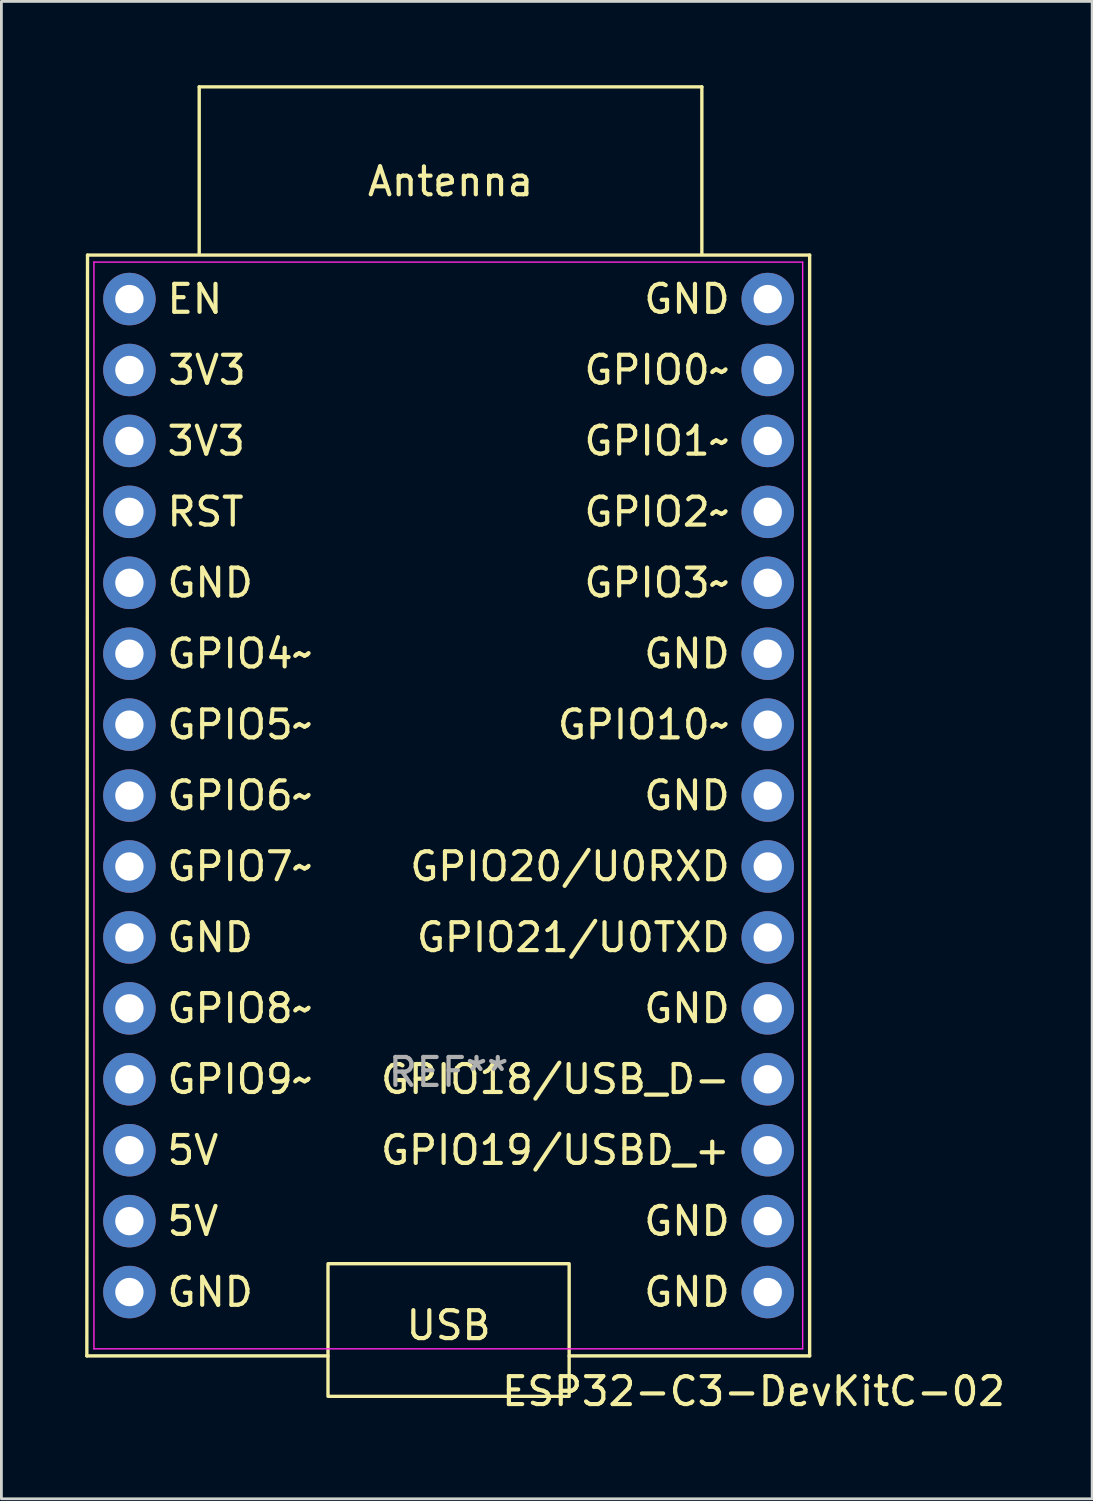
<source format=kicad_pcb>
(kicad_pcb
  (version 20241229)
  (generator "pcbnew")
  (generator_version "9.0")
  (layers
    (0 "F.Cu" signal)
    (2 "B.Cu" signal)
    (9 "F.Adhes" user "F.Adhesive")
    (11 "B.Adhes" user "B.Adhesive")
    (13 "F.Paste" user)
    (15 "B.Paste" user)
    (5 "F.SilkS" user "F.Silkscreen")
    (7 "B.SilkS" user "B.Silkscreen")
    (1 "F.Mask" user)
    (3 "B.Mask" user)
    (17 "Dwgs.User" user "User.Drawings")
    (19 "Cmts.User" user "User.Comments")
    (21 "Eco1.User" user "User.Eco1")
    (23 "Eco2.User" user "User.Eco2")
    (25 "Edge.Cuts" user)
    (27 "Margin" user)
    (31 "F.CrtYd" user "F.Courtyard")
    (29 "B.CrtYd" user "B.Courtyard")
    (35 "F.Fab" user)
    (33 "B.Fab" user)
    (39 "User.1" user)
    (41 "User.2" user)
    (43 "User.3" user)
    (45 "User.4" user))
  (footprint "ESP32-C3-DevKitC-02"
    (layer "F.Cu")
    (at 1.584 7.66)
    (property "Reference" "ESP32-C3-DevKitC-02" (at 22.352 39.116 0) (layer "F.SilkS") (effects (font (size 1 1) (thickness 0.15))))
    (attr through_hole)
    (fp_line (start -1.524 37.846) (end 7.112 37.846) (stroke (width 0.12) (type solid)) (layer "F.SilkS"))
    (fp_line (start -1.5 -1.575) (end -1.524 37.846) (stroke (width 0.12) (type solid)) (layer "F.SilkS"))
    (fp_line (start 2.5 -7.6) (end 20.5 -7.6) (stroke (width 0.12) (type default)) (layer "F.SilkS"))
    (fp_line (start 2.5 -1.6) (end 2.5 -7.6) (stroke (width 0.12) (type default)) (layer "F.SilkS"))
    (fp_line (start 20.5 -7.6) (end 20.5 -1.6) (stroke (width 0.12) (type default)) (layer "F.SilkS"))
    (fp_line (start 24.36 37.846) (end 15.748 37.846) (stroke (width 0.12) (type default)) (layer "F.SilkS"))
    (fp_line (start 24.36 37.846) (end 24.36 -1.575) (stroke (width 0.12) (type solid)) (layer "F.SilkS"))
    (fp_line (start 24.36 -1.575) (end -1.5 -1.575) (stroke (width 0.12) (type solid)) (layer "F.SilkS"))
    (fp_rect (start 7.112 34.544) (end 15.748 39.294) (stroke (width 0.12) (type solid)) (fill no) (layer "F.SilkS"))
    (fp_line (start -1.27 -1.325) (end 24.11 -1.325) (stroke (width 0.05) (type solid)) (layer "F.CrtYd"))
    (fp_line (start -1.27 37.592) (end -1.27 -1.325) (stroke (width 0.05) (type solid)) (layer "F.CrtYd"))
    (fp_line (start 24.11 -1.325) (end 24.11 37.592) (stroke (width 0.05) (type solid)) (layer "F.CrtYd"))
    (fp_line (start 24.11 37.592) (end -1.27 37.592) (stroke (width 0.05) (type solid)) (layer "F.CrtYd"))
    (fp_text user "Antenna" (at 11.5 -4.208 0) (unlocked yes) (layer "F.SilkS") (effects (font (size 1 1) (thickness 0.15))))
    (fp_text user "5V" (at 1.27 33.02 0) (unlocked yes) (layer "F.SilkS") (effects (font (size 1 1) (thickness 0.15)) (justify left)))
    (fp_text user "GPIO19/USBD_+" (at 21.59 30.48 0) (unlocked yes) (layer "F.SilkS") (effects (font (size 1 1) (thickness 0.15)) (justify right)))
    (fp_text user "GPIO18/USB_D-" (at 21.59 27.94 0) (unlocked yes) (layer "F.SilkS") (effects (font (size 1 1) (thickness 0.15)) (justify right)))
    (fp_text user "GND" (at 1.27 10.16 0) (unlocked yes) (layer "F.SilkS") (effects (font (size 1 1) (thickness 0.15)) (justify left)))
    (fp_text user "GPIO2~" (at 21.59 7.62 0) (unlocked yes) (layer "F.SilkS") (effects (font (size 1 1) (thickness 0.15)) (justify right)))
    (fp_text user "GND" (at 1.27 22.86 0) (unlocked yes) (layer "F.SilkS") (effects (font (size 1 1) (thickness 0.15)) (justify left)))
    (fp_text user "GPIO5~" (at 1.27 15.24 0) (unlocked yes) (layer "F.SilkS") (effects (font (size 1 1) (thickness 0.15)) (justify left)))
    (fp_text user "GND" (at 21.59 17.78 0) (unlocked yes) (layer "F.SilkS") (effects (font (size 1 1) (thickness 0.15)) (justify right)))
    (fp_text user "GND" (at 1.27 35.56 0) (unlocked yes) (layer "F.SilkS") (effects (font (size 1 1) (thickness 0.15)) (justify left)))
    (fp_text user "GND" (at 21.59 0 0) (unlocked yes) (layer "F.SilkS") (effects (font (size 1 1) (thickness 0.15)) (justify right)))
    (fp_text user "GPIO6~" (at 1.27 17.78 0) (unlocked yes) (layer "F.SilkS") (effects (font (size 1 1) (thickness 0.15)) (justify left)))
    (fp_text user "GPIO1~" (at 21.59 5.08 0) (unlocked yes) (layer "F.SilkS") (effects (font (size 1 1) (thickness 0.15)) (justify right)))
    (fp_text user "GPIO3~" (at 21.59 10.16 0) (unlocked yes) (layer "F.SilkS") (effects (font (size 1 1) (thickness 0.15)) (justify right)))
    (fp_text user "3V3" (at 1.3 2.54 0) (unlocked yes) (layer "F.SilkS") (effects (font (size 1 1) (thickness 0.15)) (justify left)))
    (fp_text user "RST" (at 1.27 7.62 0) (unlocked yes) (layer "F.SilkS") (effects (font (size 1 1) (thickness 0.15)) (justify left)))
    (fp_text user "GND" (at 21.59 12.7 0) (unlocked yes) (layer "F.SilkS") (effects (font (size 1 1) (thickness 0.15)) (justify right)))
    (fp_text user "GPIO0~" (at 21.59 2.54 0) (unlocked yes) (layer "F.SilkS") (effects (font (size 1 1) (thickness 0.15)) (justify right)))
    (fp_text user "GPIO8~" (at 1.27 25.4 0) (unlocked yes) (layer "F.SilkS") (effects (font (size 1 1) (thickness 0.15)) (justify left)))
    (fp_text user "GPIO20/U0RXD" (at 21.59 20.32 0) (unlocked yes) (layer "F.SilkS") (effects (font (size 1 1) (thickness 0.15)) (justify right)))
    (fp_text user "3V3" (at 1.27 5.08 0) (unlocked yes) (layer "F.SilkS") (effects (font (size 1 1) (thickness 0.15)) (justify left)))
    (fp_text user "GPIO7~" (at 1.27 20.32 0) (unlocked yes) (layer "F.SilkS") (effects (font (size 1 1) (thickness 0.15)) (justify left)))
    (fp_text user "GPIO21/U0TXD" (at 21.59 22.86 0) (unlocked yes) (layer "F.SilkS") (effects (font (size 1 1) (thickness 0.15)) (justify right)))
    (fp_text user "GPIO10~" (at 21.59 15.24 0) (unlocked yes) (layer "F.SilkS") (effects (font (size 1 1) (thickness 0.15)) (justify right)))
    (fp_text user "GND" (at 21.59 35.56 0) (unlocked yes) (layer "F.SilkS") (effects (font (size 1 1) (thickness 0.15)) (justify right)))
    (fp_text user "5V" (at 1.27 30.48 0) (unlocked yes) (layer "F.SilkS") (effects (font (size 1 1) (thickness 0.15)) (justify left)))
    (fp_text user "USB" (at 11.43 37.338 0) (unlocked yes) (layer "F.SilkS") (effects (font (size 1 1) (thickness 0.15)) (justify bottom)))
    (fp_text user "GPIO9~" (at 1.27 27.94 0) (unlocked yes) (layer "F.SilkS") (effects (font (size 1 1) (thickness 0.15)) (justify left)))
    (fp_text user "GND" (at 21.59 25.4 0) (unlocked yes) (layer "F.SilkS") (effects (font (size 1 1) (thickness 0.15)) (justify right)))
    (fp_text user "EN" (at 1.27 0 0) (unlocked yes) (layer "F.SilkS") (effects (font (size 1 1) (thickness 0.15)) (justify left)))
    (fp_text user "GND" (at 21.59 33.02 0) (unlocked yes) (layer "F.SilkS") (effects (font (size 1 1) (thickness 0.15)) (justify right)))
    (fp_text user "GPIO4~" (at 1.27 12.7 0) (unlocked yes) (layer "F.SilkS") (effects (font (size 1 1) (thickness 0.15)) (justify left)))
    (fp_text user "REF**" (at 11.43 27.686 0) (layer "F.Fab") (effects (font (size 1 1) (thickness 0.15))))
    (pad "1" thru_hole circle (at 0 0 270) (size 1.88 1.88) (drill 1.016) (layers "*.Cu" "*.Mask"))
    (pad "2" thru_hole circle (at 0 2.54 270) (size 1.88 1.88) (drill 1.016) (layers "*.Cu" "*.Mask"))
    (pad "3" thru_hole circle (at 0 5.08 270) (size 1.88 1.88) (drill 1.016) (layers "*.Cu" "*.Mask"))
    (pad "4" thru_hole circle (at 0 7.62 270) (size 1.88 1.88) (drill 1.016) (layers "*.Cu" "*.Mask"))
    (pad "5" thru_hole circle (at 0 10.16 270) (size 1.88 1.88) (drill 1.016) (layers "*.Cu" "*.Mask"))
    (pad "6" thru_hole circle (at 0 12.7 270) (size 1.88 1.88) (drill 1.016) (layers "*.Cu" "*.Mask"))
    (pad "7" thru_hole circle (at 0 15.24 270) (size 1.88 1.88) (drill 1.016) (layers "*.Cu" "*.Mask"))
    (pad "8" thru_hole circle (at 0 17.78 270) (size 1.88 1.88) (drill 1.016) (layers "*.Cu" "*.Mask"))
    (pad "9" thru_hole circle (at 0 20.32 270) (size 1.88 1.88) (drill 1.016) (layers "*.Cu" "*.Mask"))
    (pad "10" thru_hole circle (at 0 22.86 270) (size 1.88 1.88) (drill 1.016) (layers "*.Cu" "*.Mask"))
    (pad "11" thru_hole circle (at 0 25.4 270) (size 1.88 1.88) (drill 1.016) (layers "*.Cu" "*.Mask"))
    (pad "12" thru_hole circle (at 0 27.94 270) (size 1.88 1.88) (drill 1.016) (layers "*.Cu" "*.Mask"))
    (pad "13" thru_hole circle (at 0 30.48 270) (size 1.88 1.88) (drill 1.016) (layers "*.Cu" "*.Mask"))
    (pad "14" thru_hole circle (at 0 33.02 270) (size 1.88 1.88) (drill 1.016) (layers "*.Cu" "*.Mask"))
    (pad "15" thru_hole circle (at 0 35.56 270) (size 1.88 1.88) (drill 1.016) (layers "*.Cu" "*.Mask"))
    (pad "16" thru_hole circle (at 22.86 35.56 270) (size 1.88 1.88) (drill 1.016) (layers "*.Cu" "*.Mask"))
    (pad "17" thru_hole circle (at 22.86 33.02 270) (size 1.88 1.88) (drill 1.016) (layers "*.Cu" "*.Mask"))
    (pad "18" thru_hole circle (at 22.86 30.48 270) (size 1.88 1.88) (drill 1.016) (layers "*.Cu" "*.Mask"))
    (pad "19" thru_hole circle (at 22.86 27.94 270) (size 1.88 1.88) (drill 1.016) (layers "*.Cu" "*.Mask"))
    (pad "20" thru_hole circle (at 22.86 25.4 270) (size 1.88 1.88) (drill 1.016) (layers "*.Cu" "*.Mask"))
    (pad "21" thru_hole circle (at 22.86 22.86 270) (size 1.88 1.88) (drill 1.016) (layers "*.Cu" "*.Mask"))
    (pad "22" thru_hole circle (at 22.86 20.32 270) (size 1.88 1.88) (drill 1.016) (layers "*.Cu" "*.Mask"))
    (pad "23" thru_hole circle (at 22.86 17.78 270) (size 1.88 1.88) (drill 1.016) (layers "*.Cu" "*.Mask"))
    (pad "24" thru_hole circle (at 22.86 15.24 270) (size 1.88 1.88) (drill 1.016) (layers "*.Cu" "*.Mask"))
    (pad "25" thru_hole circle (at 22.86 12.7 270) (size 1.88 1.88) (drill 1.016) (layers "*.Cu" "*.Mask"))
    (pad "26" thru_hole circle (at 22.86 10.16 270) (size 1.88 1.88) (drill 1.016) (layers "*.Cu" "*.Mask"))
    (pad "27" thru_hole circle (at 22.86 7.62 270) (size 1.88 1.88) (drill 1.016) (layers "*.Cu" "*.Mask"))
    (pad "28" thru_hole circle (at 22.86 5.08 270) (size 1.88 1.88) (drill 1.016) (layers "*.Cu" "*.Mask"))
    (pad "29" thru_hole circle (at 22.86 2.54 270) (size 1.88 1.88) (drill 1.016) (layers "*.Cu" "*.Mask"))
    (pad "30" thru_hole circle (at 22.86 0 270) (size 1.88 1.88) (drill 1.016) (layers "*.Cu" "*.Mask")))
  (gr_rect
    (start -3 -3)
    (end 36.061 50.624)
    (stroke (width 0.1) (type default))
    (fill no)
    (layer "Edge.Cuts")))
</source>
